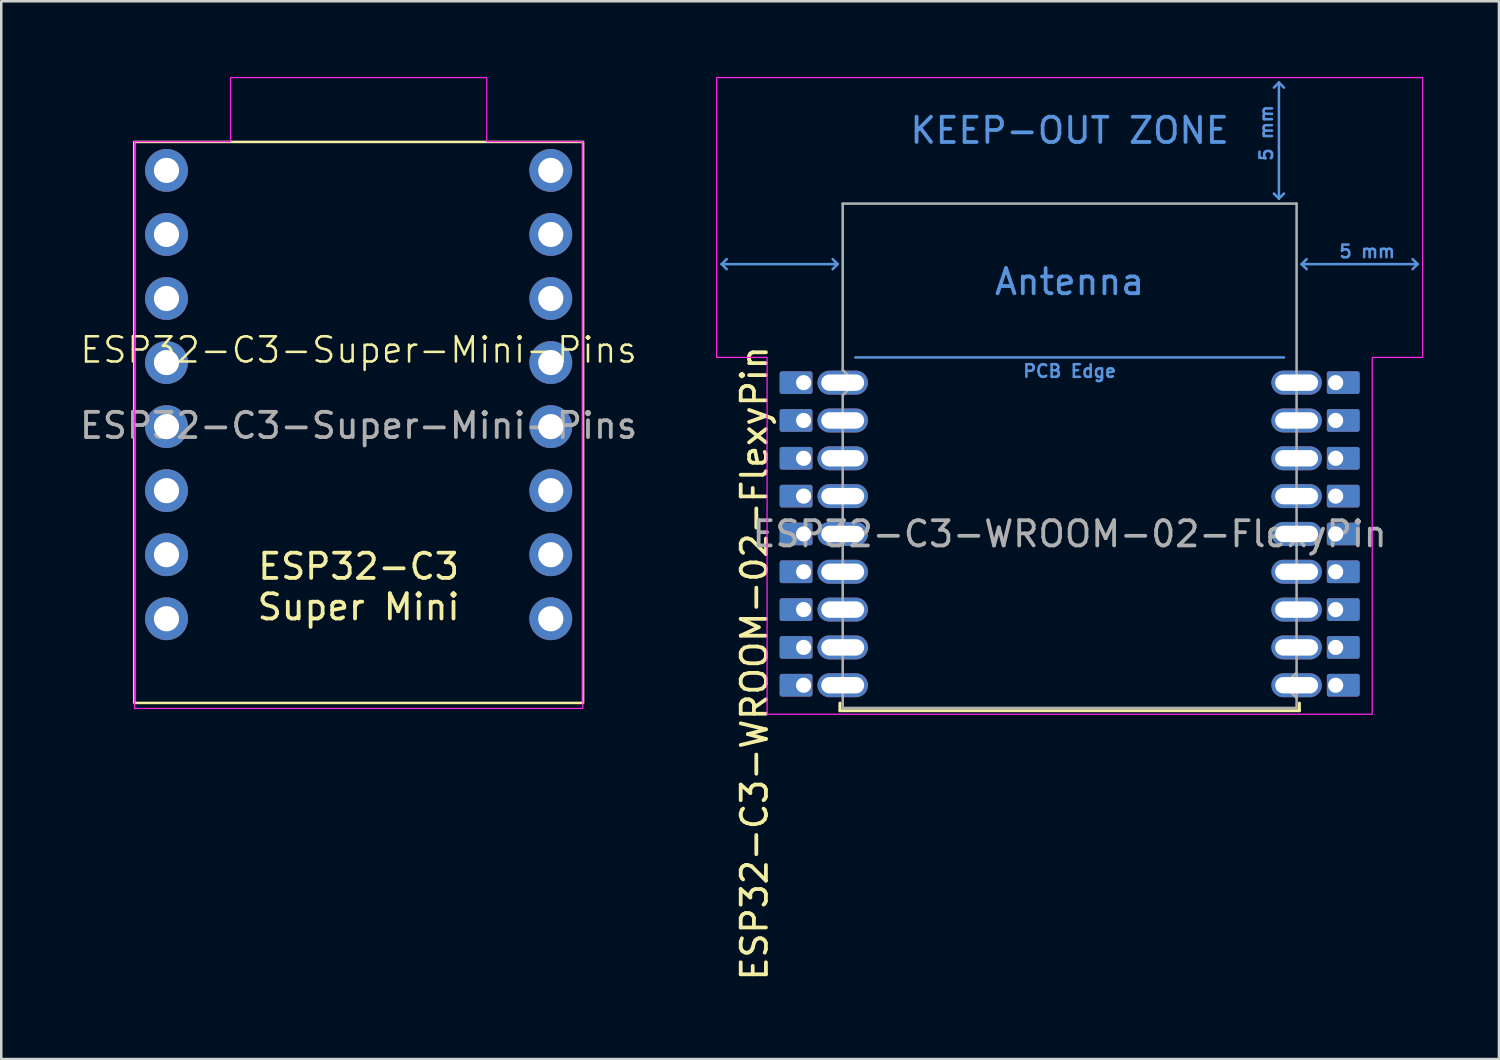
<source format=kicad_pcb>
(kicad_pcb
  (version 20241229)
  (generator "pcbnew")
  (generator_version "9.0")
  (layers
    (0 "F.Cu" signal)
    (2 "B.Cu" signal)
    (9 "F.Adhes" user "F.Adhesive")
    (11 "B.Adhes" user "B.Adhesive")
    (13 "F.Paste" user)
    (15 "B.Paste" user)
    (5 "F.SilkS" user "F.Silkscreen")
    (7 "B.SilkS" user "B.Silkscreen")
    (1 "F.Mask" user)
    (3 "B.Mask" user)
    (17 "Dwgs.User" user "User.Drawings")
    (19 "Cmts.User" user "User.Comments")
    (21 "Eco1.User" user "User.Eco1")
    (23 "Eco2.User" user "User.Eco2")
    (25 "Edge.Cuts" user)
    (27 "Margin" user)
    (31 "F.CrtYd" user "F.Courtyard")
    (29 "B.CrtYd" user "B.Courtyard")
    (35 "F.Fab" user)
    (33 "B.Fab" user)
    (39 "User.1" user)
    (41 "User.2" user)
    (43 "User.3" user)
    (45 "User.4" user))
  (footprint "ESP32-C3-WROOM-02-FlexyPin"
    (layer "F.Cu")
    (at 39.37 18.125)
    (property "Reference" "ESP32-C3-WROOM-02-FlexyPin" (at -12.5 5.13 90) (layer "F.SilkS") (effects (font (size 1 1) (thickness 0.15))))
    (attr smd)
    (fp_line (start -9.11 6.71) (end -9.11 7.01) (stroke (width 0.12) (type solid)) (layer "F.SilkS"))
    (fp_line (start -9.11 7.01) (end 9.11 7.01) (stroke (width 0.12) (type solid)) (layer "F.SilkS"))
    (fp_line (start 9.11 6.71) (end 9.11 7.01) (stroke (width 0.12) (type solid)) (layer "F.SilkS"))
    (fp_line (start -13.8 -10.7) (end -13.6 -10.9) (stroke (width 0.1) (type solid)) (layer "Cmts.User"))
    (fp_line (start -13.8 -10.7) (end -13.6 -10.5) (stroke (width 0.1) (type solid)) (layer "Cmts.User"))
    (fp_line (start -13.8 -10.7) (end -9.2 -10.7) (stroke (width 0.1) (type solid)) (layer "Cmts.User"))
    (fp_line (start -9.2 -10.7) (end -9.4 -10.9) (stroke (width 0.1) (type solid)) (layer "Cmts.User"))
    (fp_line (start -9.2 -10.7) (end -9.4 -10.5) (stroke (width 0.1) (type solid)) (layer "Cmts.User"))
    (fp_line (start -8.5 -7) (end 8.5 -7) (stroke (width 0.1) (type default)) (layer "Cmts.User"))
    (fp_line (start 8.3 -17.9) (end 8.1 -17.7) (stroke (width 0.1) (type solid)) (layer "Cmts.User"))
    (fp_line (start 8.3 -17.9) (end 8.5 -17.7) (stroke (width 0.1) (type solid)) (layer "Cmts.User"))
    (fp_line (start 8.3 -13.3) (end 8.1 -13.5) (stroke (width 0.1) (type solid)) (layer "Cmts.User"))
    (fp_line (start 8.3 -13.3) (end 8.3 -17.9) (stroke (width 0.1) (type solid)) (layer "Cmts.User"))
    (fp_line (start 8.3 -13.3) (end 8.5 -13.5) (stroke (width 0.1) (type solid)) (layer "Cmts.User"))
    (fp_line (start 9.2 -10.7) (end 9.4 -10.9) (stroke (width 0.1) (type solid)) (layer "Cmts.User"))
    (fp_line (start 9.2 -10.7) (end 9.4 -10.5) (stroke (width 0.1) (type solid)) (layer "Cmts.User"))
    (fp_line (start 9.2 -10.7) (end 13.8 -10.7) (stroke (width 0.1) (type solid)) (layer "Cmts.User"))
    (fp_line (start 13.8 -10.7) (end 13.6 -10.9) (stroke (width 0.1) (type solid)) (layer "Cmts.User"))
    (fp_line (start 13.8 -10.7) (end 13.6 -10.5) (stroke (width 0.1) (type solid)) (layer "Cmts.User"))
    (fp_poly (pts (xy -14 -7) (xy -14 -18.1) (xy 14 -18.1) (xy 14 -7) (xy 12 -7) (xy 12 7.15) (xy -12 7.15) (xy -12 -7)) (stroke (width 0.05) (type solid)) (fill no) (layer "F.CrtYd"))
    (fp_line (start -9 -13.1) (end -9 -6.5) (stroke (width 0.1) (type solid)) (layer "F.Fab"))
    (fp_line (start -9 -13.1) (end 9 -13.1) (stroke (width 0.1) (type solid)) (layer "F.Fab"))
    (fp_line (start -9 -6.5) (end -8.5 -6) (stroke (width 0.1) (type solid)) (layer "F.Fab"))
    (fp_line (start -9 -5.5) (end -9 6.9) (stroke (width 0.1) (type solid)) (layer "F.Fab"))
    (fp_line (start -9 6.9) (end 9 6.9) (stroke (width 0.1) (type solid)) (layer "F.Fab"))
    (fp_line (start -8.5 -6) (end -9 -5.5) (stroke (width 0.1) (type solid)) (layer "F.Fab"))
    (fp_line (start 8.5 6) (end 9 5.5) (stroke (width 0.1) (type solid)) (layer "F.Fab"))
    (fp_line (start 9 6.5) (end 8.5 6) (stroke (width 0.1) (type solid)) (layer "F.Fab"))
    (fp_line (start 9 6.9) (end 9 -13.1) (stroke (width 0.1) (type solid)) (layer "F.Fab"))
    (fp_text user "Antenna" (at 0 -10 0) (layer "Cmts.User") (effects (font (size 1 1) (thickness 0.15))))
    (fp_text user "5 mm" (at 7.8 -15.9 90) (layer "Cmts.User") (effects (font (size 0.5 0.5) (thickness 0.1))))
    (fp_text user "PCB Edge" (at 0 -6.75 0) (layer "Cmts.User") (effects (font (size 0.5 0.5) (thickness 0.1) (bold yes)) (justify top)))
    (fp_text user "KEEP-OUT ZONE" (at 0 -16 0) (layer "Cmts.User") (effects (font (size 1 1) (thickness 0.15))))
    (fp_text user "5 mm" (at 11.8 -11.2 0) (layer "Cmts.User") (effects (font (size 0.5 0.5) (thickness 0.1))))
    (fp_text user "${REFERENCE}" (at 0 0 0) (layer "F.Fab") (effects (font (size 1 1) (thickness 0.15))))
    (pad "" thru_hole oval (at -9 -6) (size 2 0.95) (drill oval 1.7 0.65) (layers "*.Cu" "*.Mask"))
    (pad "" thru_hole oval (at -9 -4.5) (size 2 0.95) (drill oval 1.7 0.65) (layers "*.Cu" "*.Mask"))
    (pad "" thru_hole oval (at -9 -3) (size 2 0.95) (drill oval 1.7 0.65) (layers "*.Cu" "*.Mask"))
    (pad "" thru_hole oval (at -9 -1.5) (size 2 0.95) (drill oval 1.7 0.65) (layers "*.Cu" "*.Mask"))
    (pad "" thru_hole oval (at -9 0) (size 2 0.95) (drill oval 1.7 0.65) (layers "*.Cu" "*.Mask"))
    (pad "" thru_hole oval (at -9 1.5) (size 2 0.95) (drill oval 1.7 0.65) (layers "*.Cu" "*.Mask"))
    (pad "" thru_hole oval (at -9 3) (size 2 0.95) (drill oval 1.7 0.65) (layers "*.Cu" "*.Mask"))
    (pad "" thru_hole oval (at -9 4.5) (size 2 0.95) (drill oval 1.7 0.65) (layers "*.Cu" "*.Mask"))
    (pad "" thru_hole oval (at -9 6) (size 2 0.95) (drill oval 1.7 0.65) (layers "*.Cu" "*.Mask"))
    (pad "" thru_hole oval (at 9 -6 180) (size 2 0.95) (drill oval 1.7 0.65) (layers "*.Cu" "*.Mask"))
    (pad "" thru_hole oval (at 9 -4.5 180) (size 2 0.95) (drill oval 1.7 0.65) (layers "*.Cu" "*.Mask"))
    (pad "" thru_hole oval (at 9 -3 180) (size 2 0.95) (drill oval 1.7 0.65) (layers "*.Cu" "*.Mask"))
    (pad "" thru_hole oval (at 9 -1.5 180) (size 2 0.95) (drill oval 1.7 0.65) (layers "*.Cu" "*.Mask"))
    (pad "" thru_hole oval (at 9 0 180) (size 2 0.95) (drill oval 1.7 0.65) (layers "*.Cu" "*.Mask"))
    (pad "" thru_hole oval (at 9 1.5 180) (size 2 0.95) (drill oval 1.7 0.65) (layers "*.Cu" "*.Mask"))
    (pad "" thru_hole oval (at 9 3 180) (size 2 0.95) (drill oval 1.7 0.65) (layers "*.Cu" "*.Mask"))
    (pad "" thru_hole oval (at 9 4.5 180) (size 2 0.95) (drill oval 1.7 0.65) (layers "*.Cu" "*.Mask"))
    (pad "" thru_hole oval (at 9 6 180) (size 2 0.95) (drill oval 1.7 0.65) (layers "*.Cu" "*.Mask"))
    (pad "1" thru_hole roundrect (at -10.55 -6) (size 1.3 0.9) (drill 0.6 (offset -0.3 0)) (layers "*.Cu" "*.Mask") (roundrect_rratio 0.1))
    (pad "2" thru_hole roundrect (at -10.55 -4.5) (size 1.3 0.9) (drill 0.6 (offset -0.3 0)) (layers "*.Cu" "*.Mask") (roundrect_rratio 0.1))
    (pad "3" thru_hole roundrect (at -10.55 -3) (size 1.3 0.9) (drill 0.6 (offset -0.3 0)) (layers "*.Cu" "*.Mask") (roundrect_rratio 0.1))
    (pad "4" thru_hole roundrect (at -10.55 -1.5) (size 1.3 0.9) (drill 0.6 (offset -0.3 0)) (layers "*.Cu" "*.Mask") (roundrect_rratio 0.1))
    (pad "5" thru_hole roundrect (at -10.55 0) (size 1.3 0.9) (drill 0.6 (offset -0.3 0)) (layers "*.Cu" "*.Mask") (roundrect_rratio 0.1))
    (pad "6" thru_hole roundrect (at -10.55 1.5) (size 1.3 0.9) (drill 0.6 (offset -0.3 0)) (layers "*.Cu" "*.Mask") (roundrect_rratio 0.1))
    (pad "7" thru_hole roundrect (at -10.55 3) (size 1.3 0.9) (drill 0.6 (offset -0.3 0)) (layers "*.Cu" "*.Mask") (roundrect_rratio 0.1))
    (pad "8" thru_hole roundrect (at -10.55 4.5) (size 1.3 0.9) (drill 0.6 (offset -0.3 0)) (layers "*.Cu" "*.Mask") (roundrect_rratio 0.1))
    (pad "9" thru_hole roundrect (at -10.55 6) (size 1.3 0.9) (drill 0.6 (offset -0.3 0)) (layers "*.Cu" "*.Mask") (roundrect_rratio 0.1))
    (pad "10" thru_hole roundrect (at 10.55 6 180) (size 1.3 0.9) (drill 0.6 (offset -0.3 0)) (layers "*.Cu" "*.Mask") (roundrect_rratio 0.1))
    (pad "11" thru_hole roundrect (at 10.55 4.5 180) (size 1.3 0.9) (drill 0.6 (offset -0.3 0)) (layers "*.Cu" "*.Mask") (roundrect_rratio 0.1))
    (pad "12" thru_hole roundrect (at 10.55 3 180) (size 1.3 0.9) (drill 0.6 (offset -0.3 0)) (layers "*.Cu" "*.Mask") (roundrect_rratio 0.1))
    (pad "13" thru_hole roundrect (at 10.55 1.5 180) (size 1.3 0.9) (drill 0.6 (offset -0.3 0)) (layers "*.Cu" "*.Mask") (roundrect_rratio 0.1))
    (pad "14" thru_hole roundrect (at 10.55 0 180) (size 1.3 0.9) (drill 0.6 (offset -0.3 0)) (layers "*.Cu" "*.Mask") (roundrect_rratio 0.1))
    (pad "15" thru_hole roundrect (at 10.55 -1.5 180) (size 1.3 0.9) (drill 0.6 (offset -0.3 0)) (layers "*.Cu" "*.Mask") (roundrect_rratio 0.1))
    (pad "16" thru_hole roundrect (at 10.55 -3 180) (size 1.3 0.9) (drill 0.6 (offset -0.3 0)) (layers "*.Cu" "*.Mask") (roundrect_rratio 0.1))
    (pad "17" thru_hole roundrect (at 10.55 -4.5 180) (size 1.3 0.9) (drill 0.6 (offset -0.3 0)) (layers "*.Cu" "*.Mask") (roundrect_rratio 0.1))
    (pad "18" thru_hole roundrect (at 10.55 -6 180) (size 1.3 0.9) (drill 0.6 (offset -0.3 0)) (layers "*.Cu" "*.Mask") (roundrect_rratio 0.1))
    (zone (net_name "") (layers "F.Cu" "B.Cu") (hatch full 0.508) (connect_pads) (min_thickness 0.254) (filled_areas_thickness no) (keepout (tracks not_allowed) (vias not_allowed) (pads not_allowed) (copperpour not_allowed) (footprints not_allowed)) (placement (enabled no)) (fill) (polygon (pts (xy 25.37 11.025) (xy 53.37 11.025) (xy 53.37 0.025) (xy 25.37 0.025)))))
  (footprint "ESP32-C3-Super-Mini-Pins"
    (layer "F.Cu")
    (at 11.173 11.328)
    (property "Reference" "ESP32-C3-Super-Mini-Pins" (at 0 -0.5 0) (unlocked yes) (layer "F.SilkS") (effects (font (size 1 1) (thickness 0.1))))
    (attr through_hole)
    (fp_rect (start -8.9 -8.75) (end 8.9 13.5) (stroke (width 0.1) (type default)) (fill no) (layer "F.SilkS"))
    (fp_poly (pts (xy -8.89 -8.763) (xy -5.08 -8.763) (xy -5.08 -11.303) (xy 5.08 -11.303) (xy 5.08 -8.763) (xy 8.89 -8.763) (xy 8.89 13.716) (xy -8.89 13.716)) (stroke (width 0.05) (type solid)) (fill no) (layer "F.CrtYd"))
    (fp_text user "${REFERENCE}" (at 0 2.5 0) (unlocked yes) (layer "F.Fab") (effects (font (size 1 1) (thickness 0.15))))
    (fp_text_box "ESP32-C3\nSuper Mini" (start -4.875 6.75) (end 4.875 9.75) (margins 0.75 0.75 0.75 0.75) (layer "F.SilkS") (effects (font (size 1 1) (thickness 0.15)) (justify top)) (border no) (stroke (width 0) (type solid)))
    (pad "0" thru_hole circle (at 7.62 10.16) (size 1.7 1.7) (drill 1) (layers "*.Cu" "*.Mask"))
    (pad "1" thru_hole circle (at 7.62 7.62) (size 1.7 1.7) (drill 1) (layers "*.Cu" "*.Mask"))
    (pad "2" thru_hole circle (at 7.62 5.08) (size 1.7 1.7) (drill 1) (layers "*.Cu" "*.Mask"))
    (pad "3" thru_hole circle (at 7.62 2.54) (size 1.7 1.7) (drill 1) (layers "*.Cu" "*.Mask"))
    (pad "3V3" thru_hole circle (at 7.62 -2.54) (size 1.7 1.7) (drill 1) (layers "*.Cu" "*.Mask"))
    (pad "4" thru_hole circle (at 7.62 0) (size 1.7 1.7) (drill 1) (layers "*.Cu" "*.Mask"))
    (pad "5" thru_hole circle (at -7.62 -7.62) (size 1.7 1.7) (drill 1) (layers "*.Cu" "*.Mask"))
    (pad "5V" thru_hole circle (at 7.62 -7.62) (size 1.7 1.7) (drill 1) (layers "*.Cu" "*.Mask"))
    (pad "6" thru_hole circle (at -7.62 -5.08) (size 1.7 1.7) (drill 1) (layers "*.Cu" "*.Mask"))
    (pad "7" thru_hole circle (at -7.62 -2.54) (size 1.7 1.7) (drill 1) (layers "*.Cu" "*.Mask"))
    (pad "8" thru_hole circle (at -7.62 0) (size 1.7 1.7) (drill 1) (layers "*.Cu" "*.Mask"))
    (pad "9" thru_hole circle (at -7.62 2.54) (size 1.7 1.7) (drill 1) (layers "*.Cu" "*.Mask"))
    (pad "10" thru_hole circle (at -7.62 5.08) (size 1.7 1.7) (drill 1) (layers "*.Cu" "*.Mask"))
    (pad "20" thru_hole circle (at -7.62 7.62) (size 1.7 1.7) (drill 1) (layers "*.Cu" "*.Mask"))
    (pad "21" thru_hole circle (at -7.62 10.16) (size 1.7 1.7) (drill 1) (layers "*.Cu" "*.Mask"))
    (pad "G" thru_hole circle (at 7.62 -5.08) (size 1.7 1.7) (drill 1) (layers "*.Cu" "*.Mask")))
  (gr_rect
    (start -3 -3)
    (end 56.395 38.951)
    (stroke (width 0.1) (type default))
    (fill no)
    (layer "Edge.Cuts")))
</source>
